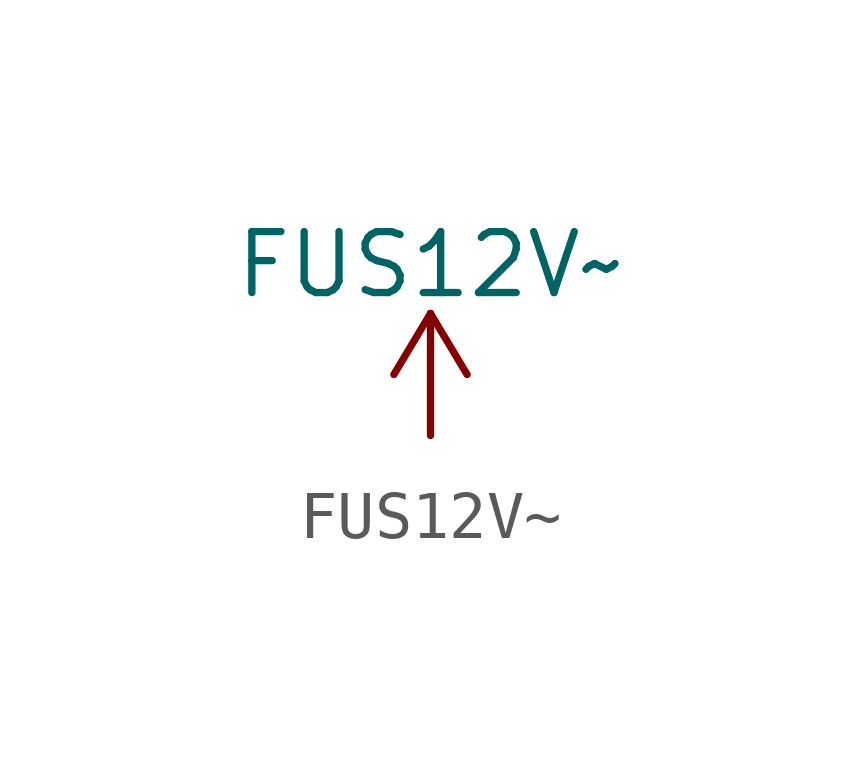
<source format=kicad_sym>
(kicad_symbol_lib
  (version 20220914)
  (generator kicad_symbol_editor)
  (symbol "FUS12V~"
    (power)
    (property "Reference" "#PWR?"
      (at -3.302 -2.54 0)
      (effects (font (size 1.27 1.27)) hide))
    (property "Value" "FUS12V~"
      (at 0 3.556 0)
      (effects (font (size 1.27 1.27))))
    (symbol "FUS12V~_0_1"
      (polyline (pts (xy -0.762 1.27) (xy 0 2.54)) (stroke (width 0) (type default)) (fill (type none)))
      (polyline (pts (xy 0 0) (xy 0 2.54)) (stroke (width 0) (type default)) (fill (type none)))
      (polyline (pts (xy 0 2.54) (xy 0.762 1.27)) (stroke (width 0) (type default)) (fill (type none))))
    (symbol "FUS12V~_1_1"
      (pin power_in line (at 0 0 90) (length 2.54) hide (name "FUS12V~" (effects (font (size 1.27 1.27)))) (number "1" (effects (font (size 1.27 1.27))))))))
</source>
